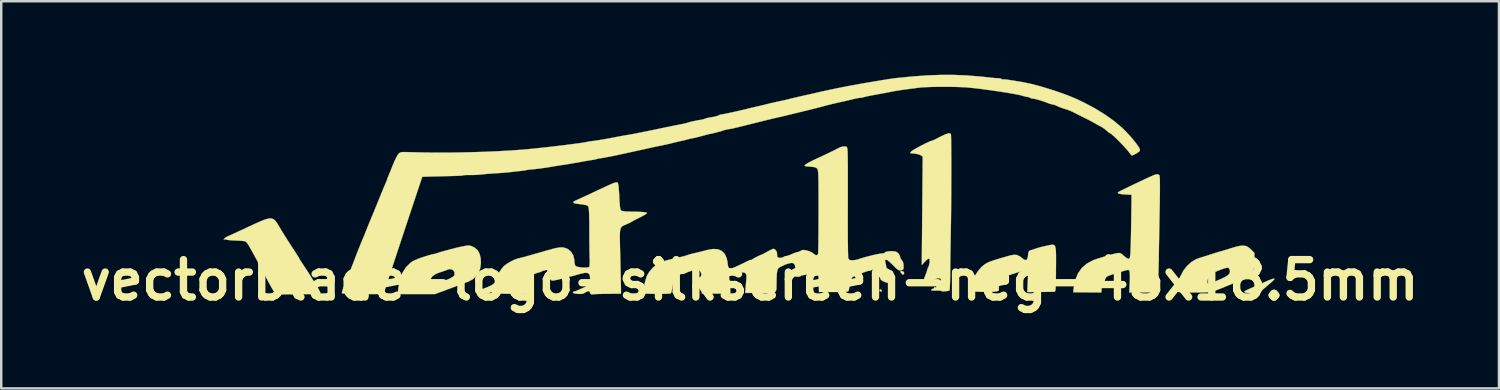
<source format=kicad_pcb>
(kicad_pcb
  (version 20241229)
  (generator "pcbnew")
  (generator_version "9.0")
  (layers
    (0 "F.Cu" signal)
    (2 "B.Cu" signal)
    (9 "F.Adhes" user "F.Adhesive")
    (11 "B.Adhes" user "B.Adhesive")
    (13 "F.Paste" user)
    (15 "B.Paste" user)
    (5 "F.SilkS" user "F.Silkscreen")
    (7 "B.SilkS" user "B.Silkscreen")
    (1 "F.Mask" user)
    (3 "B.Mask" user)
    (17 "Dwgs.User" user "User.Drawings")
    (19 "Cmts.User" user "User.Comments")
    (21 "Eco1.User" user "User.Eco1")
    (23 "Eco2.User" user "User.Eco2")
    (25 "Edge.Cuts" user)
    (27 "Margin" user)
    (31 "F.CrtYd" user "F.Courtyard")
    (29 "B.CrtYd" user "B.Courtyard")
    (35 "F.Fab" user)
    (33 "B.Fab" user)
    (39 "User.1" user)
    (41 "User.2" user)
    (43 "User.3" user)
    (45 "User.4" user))
  (footprint "vectorblade-logo-silkscreen-neg-45x18.5mm"
    (layer "F.Cu")
    (at 27.548 8.375)
    (property "Reference" "vectorblade-logo-silkscreen-neg-45x18.5mm" (at 0 0 0) (layer "F.SilkS") (effects (font (size 1.524 1.524) (thickness 0.3))))
    (attr through_hole)
    (fp_poly (pts (xy 5.342 0.387) (xy 5.375 0.431) (xy 5.36 0.465) (xy 5.335 0.471) (xy 5.289 0.444) (xy 5.282 0.418) (xy 5.301 0.381) (xy 5.342 0.387)) (stroke (width 0.01) (type solid)) (fill yes) (layer "F.SilkS"))
    (fp_poly (pts (xy 6.255 -0.346) (xy 6.287 -0.293) (xy 6.271 -0.236) (xy 6.268 -0.232) (xy 6.222 -0.228) (xy 6.179 -0.263) (xy 6.13 -0.328) (xy 6.137 -0.362) (xy 6.191 -0.37) (xy 6.255 -0.346)) (stroke (width 0.01) (type solid)) (fill yes) (layer "F.SilkS"))
    (fp_poly (pts (xy 21.394 -0.048) (xy 21.395 -0.044) (xy 21.37 -0.012) (xy 21.304 0.052) (xy 21.211 0.134) (xy 21.171 0.168) (xy 21.063 0.26) (xy 20.969 0.341) (xy 20.906 0.397) (xy 20.896 0.408) (xy 20.82 0.468) (xy 20.768 0.5) (xy 20.693 0.52) (xy 20.575 0.531) (xy 20.437 0.533) (xy 20.302 0.525) (xy 20.227 0.515) (xy 20.165 0.494) (xy 20.165 0.464) (xy 20.227 0.423) (xy 20.279 0.398) (xy 20.395 0.346) (xy 20.539 0.282) (xy 20.696 0.213) (xy 20.852 0.143) (xy 20.993 0.081) (xy 21.104 0.032) (xy 21.171 0.002) (xy 21.178 -0.000446) (xy 21.284 -0.04) (xy 21.361 -0.057) (xy 21.394 -0.048)) (stroke (width 0.01) (type solid)) (fill yes) (layer "F.SilkS"))
    (fp_poly (pts (xy -11.362 -1.387) (xy -11.233 -1.319) (xy -11.122 -1.224) (xy -11.106 -1.205) (xy -11.032 -1.067) (xy -10.99 -0.89) (xy -10.981 -0.693) (xy -11.005 -0.495) (xy -11.062 -0.317) (xy -11.072 -0.298) (xy -11.176 -0.152) (xy -11.324 -0.025) (xy -11.492 0.062) (xy -11.496 0.064) (xy -11.582 0.095) (xy -11.71 0.142) (xy -11.861 0.199) (xy -11.96 0.237) (xy -12.14 0.305) (xy -12.334 0.378) (xy -12.512 0.445) (xy -12.576 0.468) (xy -12.856 0.571) (xy -13.611 0.571) (xy -14.365 0.57) (xy -14.365 0.49) (xy -14.356 0.376) (xy -14.33 0.224) (xy -14.295 0.057) (xy -14.292 0.047) (xy -13.053 0.047) (xy -13.049 0.128) (xy -13.031 0.178) (xy -12.989 0.197) (xy -12.912 0.188) (xy -12.792 0.151) (xy -12.644 0.098) (xy -12.418 0.011) (xy -12.251 -0.062) (xy -12.139 -0.124) (xy -12.076 -0.178) (xy -12.059 -0.207) (xy -12.055 -0.311) (xy -12.102 -0.393) (xy -12.184 -0.442) (xy -12.287 -0.445) (xy -12.34 -0.426) (xy -12.421 -0.393) (xy -12.538 -0.352) (xy -12.645 -0.319) (xy -12.835 -0.244) (xy -12.967 -0.147) (xy -13.04 -0.033) (xy -13.053 0.047) (xy -14.292 0.047) (xy -14.254 -0.103) (xy -14.212 -0.232) (xy -14.19 -0.284) (xy -14.036 -0.526) (xy -13.848 -0.711) (xy -13.767 -0.766) (xy -13.665 -0.817) (xy -13.517 -0.877) (xy -13.343 -0.939) (xy -13.162 -0.996) (xy -12.994 -1.043) (xy -12.885 -1.066) (xy -12.79 -1.09) (xy -12.734 -1.109) (xy -12.658 -1.135) (xy -12.555 -1.166) (xy -12.532 -1.172) (xy -12.422 -1.202) (xy -12.285 -1.238) (xy -12.195 -1.263) (xy -12.005 -1.312) (xy -11.822 -1.354) (xy -11.662 -1.387) (xy -11.54 -1.408) (xy -11.482 -1.413) (xy -11.362 -1.387)) (stroke (width 0.01) (type solid)) (fill yes) (layer "F.SilkS"))
    (fp_poly (pts (xy -19.487 -2.506) (xy -19.414 -2.466) (xy -19.348 -2.398) (xy -19.281 -2.301) (xy -19.206 -2.177) (xy -19.192 -2.153) (xy -19.094 -1.99) (xy -18.979 -1.804) (xy -18.84 -1.586) (xy -18.672 -1.325) (xy -18.582 -1.188) (xy -18.506 -1.069) (xy -18.445 -0.972) (xy -18.409 -0.911) (xy -18.402 -0.897) (xy -18.385 -0.864) (xy -18.337 -0.789) (xy -18.269 -0.685) (xy -18.224 -0.618) (xy -18.122 -0.464) (xy -18.013 -0.296) (xy -17.919 -0.145) (xy -17.902 -0.118) (xy -17.811 0.031) (xy -17.711 0.193) (xy -17.626 0.329) (xy -17.555 0.453) (xy -17.526 0.527) (xy -17.536 0.555) (xy -17.58 0.559) (xy -17.681 0.564) (xy -17.826 0.568) (xy -18.005 0.572) (xy -18.207 0.576) (xy -18.42 0.579) (xy -18.633 0.581) (xy -18.834 0.583) (xy -19.013 0.583) (xy -19.159 0.583) (xy -19.26 0.581) (xy -19.3 0.578) (xy -19.333 0.568) (xy -19.367 0.54) (xy -19.41 0.488) (xy -19.463 0.406) (xy -19.533 0.285) (xy -19.624 0.119) (xy -19.74 -0.098) (xy -19.759 -0.135) (xy -19.89 -0.381) (xy -19.995 -0.579) (xy -20.08 -0.739) (xy -20.151 -0.872) (xy -20.214 -0.987) (xy -20.274 -1.096) (xy -20.337 -1.21) (xy -20.41 -1.339) (xy -20.428 -1.371) (xy -20.49 -1.471) (xy -20.55 -1.547) (xy -20.583 -1.576) (xy -20.641 -1.589) (xy -20.747 -1.601) (xy -20.883 -1.61) (xy -20.955 -1.612) (xy -21.102 -1.618) (xy -21.23 -1.628) (xy -21.319 -1.64) (xy -21.342 -1.646) (xy -21.421 -1.661) (xy -21.464 -1.656) (xy -21.475 -1.662) (xy -21.44 -1.699) (xy -21.425 -1.711) (xy -21.36 -1.76) (xy -21.319 -1.783) (xy -21.317 -1.783) (xy -21.283 -1.797) (xy -21.196 -1.835) (xy -21.064 -1.895) (xy -20.897 -1.972) (xy -20.702 -2.062) (xy -20.507 -2.153) (xy -20.229 -2.282) (xy -20.005 -2.384) (xy -19.826 -2.456) (xy -19.685 -2.501) (xy -19.575 -2.518) (xy -19.487 -2.506)) (stroke (width 0.01) (type solid)) (fill yes) (layer "F.SilkS"))
    (fp_poly (pts (xy 20.238 -1.386) (xy 20.333 -1.335) (xy 20.427 -1.254) (xy 20.434 -1.248) (xy 20.572 -1.109) (xy 20.572 -0.792) (xy 20.57 -0.641) (xy 20.563 -0.537) (xy 20.546 -0.463) (xy 20.514 -0.398) (xy 20.47 -0.331) (xy 20.376 -0.215) (xy 20.267 -0.122) (xy 20.126 -0.039) (xy 19.937 0.045) (xy 19.926 0.049) (xy 19.769 0.112) (xy 19.592 0.184) (xy 19.462 0.236) (xy 19.249 0.323) (xy 19.084 0.389) (xy 18.952 0.437) (xy 18.84 0.469) (xy 18.731 0.489) (xy 18.612 0.5) (xy 18.468 0.504) (xy 18.284 0.505) (xy 18.105 0.505) (xy 17.863 0.504) (xy 17.682 0.5) (xy 17.554 0.495) (xy 17.474 0.486) (xy 17.434 0.473) (xy 17.427 0.463) (xy 17.435 0.392) (xy 17.455 0.278) (xy 17.484 0.142) (xy 17.504 0.051) (xy 18.651 0.051) (xy 18.655 0.103) (xy 18.674 0.15) (xy 18.702 0.164) (xy 18.761 0.147) (xy 18.818 0.122) (xy 18.897 0.088) (xy 19.016 0.037) (xy 19.156 -0.023) (xy 19.214 -0.048) (xy 19.385 -0.13) (xy 19.498 -0.204) (xy 19.559 -0.28) (xy 19.575 -0.363) (xy 19.567 -0.418) (xy 19.528 -0.488) (xy 19.47 -0.505) (xy 19.398 -0.491) (xy 19.284 -0.456) (xy 19.149 -0.407) (xy 19.012 -0.351) (xy 18.892 -0.296) (xy 18.809 -0.25) (xy 18.793 -0.239) (xy 18.726 -0.157) (xy 18.675 -0.051) (xy 18.651 0.051) (xy 17.504 0.051) (xy 17.515 0.005) (xy 17.545 -0.11) (xy 17.564 -0.168) (xy 17.668 -0.376) (xy 17.817 -0.569) (xy 17.998 -0.733) (xy 18.197 -0.856) (xy 18.395 -0.924) (xy 18.45 -0.939) (xy 18.552 -0.97) (xy 18.686 -1.012) (xy 18.789 -1.046) (xy 18.933 -1.093) (xy 19.055 -1.131) (xy 19.139 -1.157) (xy 19.169 -1.164) (xy 19.216 -1.177) (xy 19.313 -1.206) (xy 19.447 -1.246) (xy 19.602 -1.295) (xy 19.605 -1.296) (xy 19.826 -1.361) (xy 19.996 -1.398) (xy 20.13 -1.406) (xy 20.238 -1.386)) (stroke (width 0.01) (type solid)) (fill yes) (layer "F.SilkS"))
    (fp_poly (pts (xy 12.412 -1.42) (xy 12.444 -1.373) (xy 12.464 -1.292) (xy 12.475 -1.17) (xy 12.48 -1.002) (xy 12.48 -0.781) (xy 12.478 -0.499) (xy 12.478 -0.45) (xy 12.476 -0.175) (xy 12.473 0.04) (xy 12.47 0.202) (xy 12.465 0.318) (xy 12.458 0.397) (xy 12.448 0.444) (xy 12.435 0.468) (xy 12.419 0.476) (xy 12.418 0.476) (xy 12.367 0.478) (xy 12.261 0.48) (xy 12.114 0.482) (xy 11.939 0.484) (xy 11.835 0.485) (xy 11.307 0.49) (xy 11.327 0.061) (xy 11.335 -0.117) (xy 11.337 -0.239) (xy 11.334 -0.317) (xy 11.323 -0.361) (xy 11.304 -0.384) (xy 11.289 -0.391) (xy 11.234 -0.39) (xy 11.13 -0.37) (xy 10.994 -0.335) (xy 10.838 -0.29) (xy 10.68 -0.239) (xy 10.532 -0.188) (xy 10.41 -0.139) (xy 10.33 -0.099) (xy 10.322 -0.095) (xy 10.256 -0.019) (xy 10.197 0.096) (xy 10.157 0.224) (xy 10.145 0.337) (xy 10.15 0.371) (xy 10.15 0.412) (xy 10.118 0.443) (xy 10.05 0.464) (xy 9.938 0.477) (xy 9.777 0.483) (xy 9.558 0.482) (xy 9.395 0.478) (xy 9.222 0.473) (xy 9.108 0.464) (xy 9.043 0.442) (xy 9.018 0.4) (xy 9.026 0.33) (xy 9.056 0.224) (xy 9.067 0.188) (xy 9.093 0.091) (xy 9.103 0.024) (xy 9.101 0.006) (xy 9.103 -0.035) (xy 9.138 -0.115) (xy 9.197 -0.217) (xy 9.271 -0.329) (xy 9.351 -0.435) (xy 9.427 -0.521) (xy 9.451 -0.544) (xy 9.519 -0.601) (xy 9.583 -0.65) (xy 9.654 -0.693) (xy 9.74 -0.734) (xy 9.849 -0.776) (xy 9.991 -0.823) (xy 10.174 -0.879) (xy 10.406 -0.946) (xy 10.599 -1.001) (xy 10.761 -1.033) (xy 10.889 -1.023) (xy 11.007 -0.966) (xy 11.084 -0.905) (xy 11.186 -0.83) (xy 11.259 -0.814) (xy 11.306 -0.859) (xy 11.333 -0.968) (xy 11.337 -1.007) (xy 11.349 -1.112) (xy 11.371 -1.171) (xy 11.416 -1.205) (xy 11.502 -1.235) (xy 11.506 -1.236) (xy 11.623 -1.274) (xy 11.731 -1.309) (xy 11.758 -1.318) (xy 11.84 -1.341) (xy 11.964 -1.371) (xy 12.103 -1.402) (xy 12.118 -1.405) (xy 12.221 -1.427) (xy 12.303 -1.441) (xy 12.366 -1.441) (xy 12.412 -1.42)) (stroke (width 0.01) (type solid)) (fill yes) (layer "F.SilkS"))
    (fp_poly (pts (xy 16.691 -4.284) (xy 16.702 -4.254) (xy 16.71 -4.188) (xy 16.715 -4.083) (xy 16.718 -3.932) (xy 16.718 -3.732) (xy 16.716 -3.477) (xy 16.712 -3.161) (xy 16.709 -3.001) (xy 16.702 -2.654) (xy 16.696 -2.27) (xy 16.688 -1.87) (xy 16.681 -1.473) (xy 16.675 -1.098) (xy 16.669 -0.764) (xy 16.667 -0.673) (xy 16.662 -0.407) (xy 16.657 -0.162) (xy 16.651 0.054) (xy 16.646 0.233) (xy 16.641 0.366) (xy 16.637 0.445) (xy 16.635 0.463) (xy 16.611 0.479) (xy 16.548 0.491) (xy 16.439 0.499) (xy 16.276 0.503) (xy 16.053 0.505) (xy 16.044 0.505) (xy 15.467 0.505) (xy 15.487 0.097) (xy 15.493 -0.086) (xy 15.492 -0.235) (xy 15.484 -0.336) (xy 15.475 -0.372) (xy 15.448 -0.408) (xy 15.407 -0.416) (xy 15.33 -0.399) (xy 15.299 -0.389) (xy 15.194 -0.357) (xy 15.054 -0.315) (xy 14.909 -0.271) (xy 14.904 -0.27) (xy 14.77 -0.227) (xy 14.651 -0.185) (xy 14.571 -0.153) (xy 14.565 -0.15) (xy 14.469 -0.064) (xy 14.397 0.078) (xy 14.352 0.27) (xy 14.347 0.311) (xy 14.327 0.505) (xy 13.181 0.498) (xy 13.203 0.308) (xy 13.267 -0.009) (xy 13.377 -0.277) (xy 13.536 -0.5) (xy 13.745 -0.679) (xy 14.006 -0.816) (xy 14.178 -0.875) (xy 14.336 -0.922) (xy 14.505 -0.974) (xy 14.625 -1.01) (xy 14.761 -1.049) (xy 14.895 -1.082) (xy 14.972 -1.097) (xy 15.06 -1.106) (xy 15.124 -1.09) (xy 15.192 -1.04) (xy 15.234 -1) (xy 15.319 -0.928) (xy 15.396 -0.879) (xy 15.425 -0.869) (xy 15.461 -0.87) (xy 15.484 -0.896) (xy 15.499 -0.961) (xy 15.512 -1.078) (xy 15.513 -1.093) (xy 15.519 -1.186) (xy 15.524 -1.335) (xy 15.53 -1.531) (xy 15.536 -1.763) (xy 15.541 -2.02) (xy 15.545 -2.292) (xy 15.547 -2.405) (xy 15.56 -3.481) (xy 15.307 -3.492) (xy 15.153 -3.505) (xy 15.049 -3.526) (xy 15.001 -3.554) (xy 15.007 -3.58) (xy 15.047 -3.604) (xy 15.138 -3.652) (xy 15.27 -3.718) (xy 15.431 -3.797) (xy 15.612 -3.884) (xy 15.801 -3.974) (xy 15.99 -4.063) (xy 16.166 -4.145) (xy 16.32 -4.215) (xy 16.442 -4.269) (xy 16.52 -4.301) (xy 16.54 -4.307) (xy 16.635 -4.315) (xy 16.691 -4.284)) (stroke (width 0.01) (type solid)) (fill yes) (layer "F.SilkS"))
    (fp_poly (pts (xy 8.172 -5.976) (xy 8.191 -5.956) (xy 8.195 -5.916) (xy 8.199 -5.816) (xy 8.202 -5.662) (xy 8.205 -5.461) (xy 8.206 -5.22) (xy 8.208 -4.947) (xy 8.208 -4.647) (xy 8.208 -4.328) (xy 8.207 -3.996) (xy 8.206 -3.659) (xy 8.204 -3.324) (xy 8.202 -2.996) (xy 8.198 -2.684) (xy 8.195 -2.393) (xy 8.19 -2.131) (xy 8.189 -2.052) (xy 8.183 -1.756) (xy 8.178 -1.423) (xy 8.172 -1.08) (xy 8.168 -0.75) (xy 8.165 -0.457) (xy 8.165 -0.398) (xy 8.162 -0.173) (xy 8.158 0.029) (xy 8.152 0.199) (xy 8.146 0.327) (xy 8.14 0.404) (xy 8.136 0.421) (xy 8.091 0.439) (xy 8.012 0.452) (xy 7.922 0.46) (xy 7.845 0.46) (xy 7.806 0.45) (xy 7.805 0.446) (xy 7.774 0.434) (xy 7.694 0.427) (xy 7.583 0.427) (xy 7.466 0.429) (xy 7.405 0.424) (xy 7.389 0.408) (xy 7.402 0.386) (xy 7.449 0.354) (xy 7.472 0.356) (xy 7.498 0.346) (xy 7.502 0.323) (xy 7.523 0.287) (xy 7.561 0.292) (xy 7.598 0.298) (xy 7.594 0.285) (xy 7.601 0.247) (xy 7.646 0.181) (xy 7.692 0.13) (xy 7.763 0.052) (xy 7.79 0.002) (xy 7.781 -0.037) (xy 7.772 -0.05) (xy 7.722 -0.076) (xy 7.638 -0.07) (xy 7.514 -0.032) (xy 7.344 0.042) (xy 7.195 0.115) (xy 7.113 0.147) (xy 7.068 0.136) (xy 7.061 0.078) (xy 7.089 -0.031) (xy 7.131 -0.143) (xy 7.179 -0.268) (xy 7.215 -0.372) (xy 7.232 -0.436) (xy 7.233 -0.445) (xy 7.255 -0.51) (xy 7.266 -0.524) (xy 7.291 -0.576) (xy 7.313 -0.667) (xy 7.321 -0.716) (xy 7.327 -0.824) (xy 7.304 -0.873) (xy 7.251 -0.862) (xy 7.168 -0.792) (xy 7.122 -0.743) (xy 7.003 -0.612) (xy 7.022 -2.825) (xy 7.041 -5.039) (xy 6.959 -5.092) (xy 6.876 -5.127) (xy 6.762 -5.153) (xy 6.71 -5.16) (xy 6.612 -5.169) (xy 6.545 -5.175) (xy 6.53 -5.178) (xy 6.539 -5.201) (xy 6.58 -5.252) (xy 6.63 -5.289) (xy 6.725 -5.347) (xy 6.849 -5.416) (xy 6.99 -5.491) (xy 7.131 -5.563) (xy 7.259 -5.624) (xy 7.358 -5.667) (xy 7.416 -5.686) (xy 7.418 -5.686) (xy 7.469 -5.701) (xy 7.546 -5.737) (xy 7.553 -5.74) (xy 7.763 -5.851) (xy 7.924 -5.927) (xy 8.041 -5.972) (xy 8.121 -5.988) (xy 8.172 -5.976)) (stroke (width 0.01) (type solid)) (fill yes) (layer "F.SilkS"))
    (fp_poly (pts (xy -5.415 -3.981) (xy -5.398 -3.963) (xy -5.387 -3.942) (xy -5.375 -3.889) (xy -5.362 -3.783) (xy -5.35 -3.637) (xy -5.338 -3.464) (xy -5.334 -3.381) (xy -5.324 -3.177) (xy -5.312 -3.031) (xy -5.299 -2.933) (xy -5.282 -2.872) (xy -5.261 -2.838) (xy -5.256 -2.834) (xy -5.189 -2.812) (xy -5.057 -2.798) (xy -4.863 -2.792) (xy -4.843 -2.792) (xy -4.675 -2.79) (xy -4.514 -2.785) (xy -4.384 -2.777) (xy -4.329 -2.771) (xy -4.236 -2.757) (xy -4.202 -2.743) (xy -4.215 -2.72) (xy -4.248 -2.694) (xy -4.315 -2.652) (xy -4.421 -2.594) (xy -4.545 -2.531) (xy -4.559 -2.524) (xy -4.672 -2.468) (xy -4.761 -2.422) (xy -4.808 -2.394) (xy -4.811 -2.391) (xy -4.848 -2.368) (xy -4.929 -2.327) (xy -5.013 -2.289) (xy -5.097 -2.253) (xy -5.165 -2.223) (xy -5.218 -2.192) (xy -5.257 -2.152) (xy -5.284 -2.095) (xy -5.302 -2.016) (xy -5.311 -1.905) (xy -5.314 -1.756) (xy -5.311 -1.562) (xy -5.305 -1.314) (xy -5.298 -1.026) (xy -5.291 -0.75) (xy -5.285 -0.483) (xy -5.279 -0.237) (xy -5.275 -0.023) (xy -5.271 0.151) (xy -5.269 0.271) (xy -5.268 0.303) (xy -5.265 0.555) (xy -5.813 0.56) (xy -6 0.563) (xy -6.165 0.567) (xy -6.295 0.572) (xy -6.379 0.577) (xy -6.402 0.581) (xy -6.47 0.585) (xy -6.485 0.581) (xy -6.523 0.539) (xy -6.527 0.518) (xy -6.55 0.463) (xy -6.611 0.453) (xy -6.696 0.487) (xy -6.72 0.504) (xy -6.795 0.547) (xy -6.882 0.566) (xy -7.007 0.566) (xy -7.014 0.565) (xy -7.135 0.552) (xy -7.209 0.529) (xy -7.225 0.513) (xy -7.215 0.475) (xy -7.199 0.471) (xy -7.143 0.458) (xy -7.06 0.427) (xy -7.053 0.424) (xy -6.961 0.383) (xy -6.841 0.331) (xy -6.767 0.298) (xy -6.638 0.23) (xy -6.564 0.149) (xy -6.531 0.039) (xy -6.527 -0.055) (xy -6.536 -0.175) (xy -6.571 -0.253) (xy -6.638 -0.292) (xy -6.746 -0.294) (xy -6.902 -0.262) (xy -7.011 -0.231) (xy -7.135 -0.195) (xy -7.237 -0.168) (xy -7.298 -0.155) (xy -7.3 -0.154) (xy -7.364 -0.141) (xy -7.456 -0.113) (xy -7.479 -0.105) (xy -7.565 -0.082) (xy -7.62 -0.077) (xy -7.628 -0.08) (xy -7.667 -0.081) (xy -7.686 -0.069) (xy -7.743 -0.042) (xy -7.832 -0.019) (xy -7.84 -0.017) (xy -7.938 0.002) (xy -8.015 0.02) (xy -8.017 0.021) (xy -8.096 0.017) (xy -8.151 -0.043) (xy -8.175 -0.153) (xy -8.175 -0.172) (xy -8.192 -0.279) (xy -8.233 -0.364) (xy -8.29 -0.412) (xy -8.349 -0.411) (xy -8.362 -0.402) (xy -8.402 -0.38) (xy -8.411 -0.387) (xy -8.434 -0.389) (xy -8.487 -0.361) (xy -8.571 -0.323) (xy -8.68 -0.292) (xy -8.698 -0.289) (xy -8.81 -0.247) (xy -8.896 -0.162) (xy -8.958 -0.028) (xy -8.996 0.159) (xy -9.014 0.404) (xy -9.016 0.494) (xy -9.017 0.518) (xy -9.028 0.536) (xy -9.055 0.549) (xy -9.109 0.557) (xy -9.196 0.562) (xy -9.326 0.563) (xy -9.508 0.563) (xy -9.718 0.561) (xy -9.979 0.557) (xy -10.178 0.552) (xy -10.322 0.543) (xy -10.416 0.531) (xy -10.465 0.516) (xy -10.47 0.512) (xy -10.53 0.489) (xy -10.594 0.497) (xy -10.63 0.53) (xy -10.631 0.539) (xy -10.661 0.554) (xy -10.739 0.562) (xy -10.847 0.563) (xy -10.965 0.558) (xy -11.075 0.547) (xy -11.157 0.533) (xy -11.194 0.515) (xy -11.194 0.514) (xy -11.176 0.478) (xy -11.113 0.451) (xy -11.016 0.42) (xy -10.951 0.389) (xy -10.881 0.354) (xy -10.776 0.311) (xy -10.703 0.284) (xy -10.552 0.215) (xy -10.438 0.132) (xy -10.373 0.044) (xy -10.362 -0.006) (xy -10.342 -0.094) (xy -10.289 -0.214) (xy -10.214 -0.346) (xy -10.129 -0.47) (xy -10.044 -0.568) (xy -10.034 -0.577) (xy -9.913 -0.669) (xy -9.762 -0.759) (xy -9.607 -0.834) (xy -9.472 -0.881) (xy -9.454 -0.885) (xy -9.379 -0.902) (xy -9.251 -0.936) (xy -9.081 -0.982) (xy -8.881 -1.038) (xy -8.661 -1.101) (xy -8.495 -1.149) (xy -8.248 -1.22) (xy -8.056 -1.272) (xy -7.908 -1.307) (xy -7.795 -1.327) (xy -7.707 -1.335) (xy -7.634 -1.332) (xy -7.613 -1.33) (xy -7.445 -1.273) (xy -7.309 -1.163) (xy -7.215 -1.012) (xy -7.169 -0.829) (xy -7.166 -0.764) (xy -7.153 -0.647) (xy -7.118 -0.575) (xy -7.115 -0.572) (xy -7.052 -0.544) (xy -6.95 -0.524) (xy -6.829 -0.511) (xy -6.711 -0.509) (xy -6.615 -0.516) (xy -6.562 -0.536) (xy -6.56 -0.539) (xy -6.549 -0.59) (xy -6.543 -0.691) (xy -6.543 -0.823) (xy -6.545 -0.888) (xy -6.549 -1.008) (xy -6.552 -1.182) (xy -6.555 -1.397) (xy -6.557 -1.638) (xy -6.558 -1.893) (xy -6.559 -2.071) (xy -6.56 -2.362) (xy -6.564 -2.592) (xy -6.569 -2.766) (xy -6.578 -2.889) (xy -6.589 -2.967) (xy -6.602 -3.005) (xy -6.63 -3.032) (xy -6.676 -3.053) (xy -6.753 -3.072) (xy -6.871 -3.089) (xy -7.044 -3.11) (xy -7.061 -3.111) (xy -7.169 -3.133) (xy -7.213 -3.166) (xy -7.191 -3.206) (xy -7.113 -3.248) (xy -7.04 -3.28) (xy -6.919 -3.335) (xy -6.762 -3.407) (xy -6.582 -3.49) (xy -6.409 -3.572) (xy -6.14 -3.698) (xy -5.925 -3.799) (xy -5.758 -3.875) (xy -5.633 -3.93) (xy -5.542 -3.966) (xy -5.48 -3.985) (xy -5.44 -3.989) (xy -5.415 -3.981)) (stroke (width 0.01) (type solid)) (fill yes) (layer "F.SilkS"))
    (fp_poly (pts (xy 3.913 -5.447) (xy 3.949 -5.426) (xy 3.966 -5.371) (xy 3.977 -5.273) (xy 3.98 -5.209) (xy 3.982 -5.083) (xy 3.984 -4.903) (xy 3.986 -4.674) (xy 3.987 -4.405) (xy 3.987 -4.1) (xy 3.987 -3.766) (xy 3.987 -3.409) (xy 3.986 -3.037) (xy 3.986 -3.028) (xy 3.985 -2.659) (xy 3.985 -2.309) (xy 3.986 -1.983) (xy 3.987 -1.688) (xy 3.99 -1.43) (xy 3.993 -1.214) (xy 3.997 -1.048) (xy 4.001 -0.936) (xy 4.006 -0.884) (xy 4.007 -0.883) (xy 4.041 -0.832) (xy 4.104 -0.81) (xy 4.169 -0.807) (xy 4.283 -0.817) (xy 4.387 -0.84) (xy 4.397 -0.843) (xy 4.511 -0.882) (xy 4.662 -0.927) (xy 4.832 -0.972) (xy 5.004 -1.015) (xy 5.16 -1.05) (xy 5.285 -1.074) (xy 5.358 -1.083) (xy 5.439 -1.09) (xy 5.482 -1.106) (xy 5.484 -1.11) (xy 5.515 -1.143) (xy 5.599 -1.166) (xy 5.723 -1.178) (xy 5.803 -1.179) (xy 5.92 -1.168) (xy 5.997 -1.135) (xy 6.047 -1.09) (xy 6.1 -1.011) (xy 6.123 -0.939) (xy 6.123 -0.937) (xy 6.147 -0.863) (xy 6.188 -0.813) (xy 6.238 -0.739) (xy 6.261 -0.621) (xy 6.261 -0.483) (xy 6.238 -0.426) (xy 6.167 -0.398) (xy 6.155 -0.396) (xy 6.101 -0.394) (xy 6.05 -0.411) (xy 5.987 -0.456) (xy 5.917 -0.521) (xy 6.123 -0.521) (xy 6.14 -0.505) (xy 6.157 -0.521) (xy 6.14 -0.538) (xy 6.123 -0.521) (xy 5.917 -0.521) (xy 5.901 -0.536) (xy 5.821 -0.616) (xy 5.694 -0.739) (xy 5.603 -0.811) (xy 5.546 -0.832) (xy 5.538 -0.83) (xy 5.503 -0.801) (xy 5.51 -0.744) (xy 5.518 -0.722) (xy 5.543 -0.626) (xy 5.551 -0.557) (xy 5.572 -0.477) (xy 5.601 -0.437) (xy 5.644 -0.375) (xy 5.652 -0.339) (xy 5.667 -0.276) (xy 5.703 -0.184) (xy 5.718 -0.153) (xy 5.762 -0.033) (xy 5.765 0.059) (xy 5.743 0.113) (xy 5.699 0.128) (xy 5.628 0.119) (xy 5.514 0.085) (xy 5.407 0.038) (xy 5.332 -0.018) (xy 5.3 -0.092) (xy 5.293 -0.15) (xy 5.261 -0.275) (xy 5.192 -0.37) (xy 5.099 -0.425) (xy 4.997 -0.43) (xy 4.92 -0.393) (xy 4.884 -0.376) (xy 4.878 -0.381) (xy 4.85 -0.382) (xy 4.774 -0.361) (xy 4.667 -0.325) (xy 4.542 -0.28) (xy 4.414 -0.231) (xy 4.3 -0.183) (xy 4.212 -0.142) (xy 4.169 -0.115) (xy 4.131 -0.052) (xy 4.094 0.059) (xy 4.072 0.162) (xy 4.051 0.284) (xy 4.031 0.384) (xy 4.019 0.437) (xy 4.004 0.456) (xy 3.967 0.469) (xy 3.897 0.478) (xy 3.787 0.484) (xy 3.628 0.486) (xy 3.41 0.487) (xy 3.407 0.487) (xy 2.809 0.486) (xy 2.8 0.095) (xy 2.794 -0.089) (xy 2.781 -0.214) (xy 2.753 -0.287) (xy 2.704 -0.318) (xy 2.624 -0.314) (xy 2.506 -0.282) (xy 2.454 -0.266) (xy 2.332 -0.232) (xy 2.226 -0.209) (xy 2.169 -0.202) (xy 2.099 -0.189) (xy 2.069 -0.168) (xy 2.024 -0.144) (xy 1.949 -0.135) (xy 1.85 -0.135) (xy 1.85 -0.355) (xy 1.844 -0.519) (xy 1.823 -0.624) (xy 1.78 -0.681) (xy 1.71 -0.699) (xy 1.648 -0.694) (xy 1.534 -0.667) (xy 1.43 -0.63) (xy 1.424 -0.627) (xy 1.32 -0.577) (xy 1.228 -0.533) (xy 1.173 -0.5) (xy 1.134 -0.452) (xy 1.108 -0.379) (xy 1.092 -0.27) (xy 1.083 -0.114) (xy 1.08 0.05) (xy 1.079 0.216) (xy 1.076 0.338) (xy 1.062 0.424) (xy 1.028 0.48) (xy 0.965 0.512) (xy 0.865 0.526) (xy 0.719 0.529) (xy 0.518 0.528) (xy 0.419 0.527) (xy -0.199 0.524) (xy -0.183 0.321) (xy -0.171 0.174) (xy -0.158 0.022) (xy -0.151 -0.05) (xy -0.147 -0.182) (xy -0.171 -0.262) (xy -0.233 -0.303) (xy -0.346 -0.32) (xy -0.372 -0.322) (xy -0.509 -0.331) (xy -0.646 -0.346) (xy -0.691 -0.352) (xy -0.781 -0.361) (xy -0.827 -0.35) (xy -0.849 -0.308) (xy -0.853 -0.292) (xy -0.859 -0.218) (xy -0.855 -0.103) (xy -0.843 0.03) (xy -0.842 0.038) (xy -0.825 0.183) (xy -0.813 0.321) (xy -0.808 0.421) (xy -0.807 0.555) (xy -1.388 0.552) (xy -1.968 0.548) (xy -1.968 0.148) (xy -1.972 -0.06) (xy -1.984 -0.211) (xy -2.009 -0.314) (xy -2.048 -0.378) (xy -2.103 -0.413) (xy -2.129 -0.42) (xy -2.185 -0.43) (xy -2.24 -0.427) (xy -2.312 -0.409) (xy -2.421 -0.37) (xy -2.481 -0.348) (xy -2.539 -0.327) (xy -2.557 -0.321) (xy -2.596 -0.304) (xy -2.65 -0.275) (xy -2.719 -0.25) (xy -2.758 -0.252) (xy -2.81 -0.251) (xy -2.892 -0.218) (xy -2.981 -0.166) (xy -3.056 -0.107) (xy -3.088 -0.069) (xy -3.113 -0.002) (xy -3.139 0.11) (xy -3.161 0.243) (xy -3.163 0.26) (xy -3.184 0.386) (xy -3.209 0.485) (xy -3.233 0.539) (xy -3.237 0.543) (xy -3.284 0.551) (xy -3.383 0.557) (xy -3.521 0.561) (xy -3.682 0.563) (xy -3.853 0.562) (xy -4.018 0.56) (xy -4.163 0.555) (xy -4.273 0.548) (xy -4.335 0.54) (xy -4.341 0.538) (xy -4.352 0.495) (xy -4.347 0.404) (xy -4.329 0.281) (xy -4.301 0.141) (xy -4.265 -0.000205) (xy -4.225 -0.126) (xy -4.202 -0.185) (xy -4.106 -0.346) (xy -3.969 -0.505) (xy -3.814 -0.638) (xy -3.714 -0.699) (xy -3.606 -0.743) (xy -3.442 -0.794) (xy -3.218 -0.853) (xy -2.931 -0.92) (xy -2.809 -0.947) (xy -2.697 -0.974) (xy -2.604 -1.002) (xy -2.574 -1.013) (xy -2.519 -1.033) (xy -2.436 -1.057) (xy -2.313 -1.088) (xy -2.139 -1.129) (xy -2.069 -1.145) (xy -1.941 -1.177) (xy -1.81 -1.212) (xy -1.8 -1.215) (xy -1.681 -1.242) (xy -1.542 -1.263) (xy -1.495 -1.269) (xy -1.308 -1.257) (xy -1.153 -1.187) (xy -1.033 -1.064) (xy -0.953 -0.891) (xy -0.922 -0.738) (xy -0.904 -0.602) (xy -0.88 -0.515) (xy -0.839 -0.472) (xy -0.771 -0.471) (xy -0.664 -0.507) (xy -0.51 -0.577) (xy -0.486 -0.588) (xy -0.339 -0.658) (xy -0.206 -0.722) (xy -0.104 -0.772) (xy -0.059 -0.795) (xy 0.005 -0.822) (xy 0.034 -0.819) (xy 0.034 -0.818) (xy 0.049 -0.813) (xy 0.059 -0.826) (xy 0.097 -0.853) (xy 0.176 -0.898) (xy 0.275 -0.95) (xy 0.374 -0.998) (xy 0.452 -1.033) (xy 0.486 -1.043) (xy 0.519 -1.058) (xy 0.595 -1.099) (xy 0.697 -1.155) (xy 0.706 -1.161) (xy 0.816 -1.219) (xy 0.905 -1.261) (xy 0.957 -1.278) (xy 0.958 -1.278) (xy 1.018 -1.251) (xy 1.072 -1.185) (xy 1.097 -1.113) (xy 1.102 -1.036) (xy 1.105 -0.984) (xy 1.12 -0.932) (xy 1.17 -0.911) (xy 1.226 -0.908) (xy 1.31 -0.917) (xy 1.36 -0.939) (xy 1.363 -0.942) (xy 1.41 -0.97) (xy 1.451 -0.976) (xy 1.517 -0.989) (xy 1.618 -1.024) (xy 1.702 -1.06) (xy 1.809 -1.105) (xy 1.897 -1.136) (xy 1.937 -1.144) (xy 2.002 -1.161) (xy 2.065 -1.195) (xy 2.122 -1.223) (xy 2.189 -1.229) (xy 2.288 -1.212) (xy 2.322 -1.205) (xy 2.439 -1.167) (xy 2.54 -1.115) (xy 2.578 -1.086) (xy 2.663 -1.023) (xy 2.731 -1.016) (xy 2.772 -1.062) (xy 2.776 -1.106) (xy 2.78 -1.21) (xy 2.783 -1.368) (xy 2.786 -1.573) (xy 2.789 -1.819) (xy 2.79 -2.099) (xy 2.792 -2.407) (xy 2.792 -2.736) (xy 2.792 -2.807) (xy 2.792 -3.188) (xy 2.792 -3.507) (xy 2.791 -3.771) (xy 2.789 -3.984) (xy 2.787 -4.152) (xy 2.783 -4.282) (xy 2.778 -4.378) (xy 2.771 -4.447) (xy 2.762 -4.494) (xy 2.752 -4.524) (xy 2.739 -4.544) (xy 2.728 -4.556) (xy 2.687 -4.585) (xy 2.63 -4.605) (xy 2.543 -4.619) (xy 2.411 -4.631) (xy 2.296 -4.638) (xy 2.236 -4.651) (xy 2.228 -4.679) (xy 2.276 -4.725) (xy 2.38 -4.789) (xy 2.543 -4.873) (xy 2.767 -4.979) (xy 2.843 -5.013) (xy 2.971 -5.073) (xy 3.128 -5.147) (xy 3.289 -5.225) (xy 3.433 -5.296) (xy 3.524 -5.343) (xy 3.638 -5.401) (xy 3.716 -5.433) (xy 3.78 -5.447) (xy 3.847 -5.45) (xy 3.913 -5.447)) (stroke (width 0.01) (type solid)) (fill yes) (layer "F.SilkS"))
    (fp_poly (pts (xy 8.311 -8.37) (xy 8.838 -8.348) (xy 9.374 -8.306) (xy 9.739 -8.267) (xy 9.889 -8.25) (xy 10.018 -8.239) (xy 10.11 -8.234) (xy 10.139 -8.235) (xy 10.216 -8.224) (xy 10.247 -8.206) (xy 10.299 -8.183) (xy 10.318 -8.186) (xy 10.35 -8.189) (xy 10.422 -8.184) (xy 10.541 -8.168) (xy 10.711 -8.142) (xy 10.939 -8.105) (xy 11.119 -8.075) (xy 11.441 -8.009) (xy 11.815 -7.912) (xy 12.232 -7.786) (xy 12.465 -7.71) (xy 12.746 -7.613) (xy 12.983 -7.525) (xy 13.198 -7.437) (xy 13.413 -7.341) (xy 13.608 -7.248) (xy 14.056 -7.011) (xy 14.472 -6.756) (xy 14.848 -6.488) (xy 15.173 -6.215) (xy 15.318 -6.073) (xy 15.468 -5.912) (xy 15.608 -5.752) (xy 15.729 -5.603) (xy 15.823 -5.475) (xy 15.882 -5.378) (xy 15.897 -5.34) (xy 15.902 -5.287) (xy 15.876 -5.244) (xy 15.807 -5.196) (xy 15.76 -5.168) (xy 15.667 -5.119) (xy 15.599 -5.087) (xy 15.578 -5.08) (xy 15.546 -5.105) (xy 15.492 -5.169) (xy 15.451 -5.223) (xy 15.384 -5.307) (xy 15.289 -5.414) (xy 15.176 -5.534) (xy 15.056 -5.658) (xy 14.937 -5.775) (xy 14.83 -5.875) (xy 14.746 -5.949) (xy 14.694 -5.986) (xy 14.685 -5.988) (xy 14.648 -6.009) (xy 14.579 -6.063) (xy 14.527 -6.108) (xy 14.432 -6.185) (xy 14.341 -6.247) (xy 14.305 -6.266) (xy 14.216 -6.31) (xy 14.112 -6.368) (xy 14.09 -6.381) (xy 14.009 -6.428) (xy 13.885 -6.494) (xy 13.738 -6.57) (xy 13.619 -6.63) (xy 13.466 -6.706) (xy 13.322 -6.778) (xy 13.206 -6.837) (xy 13.147 -6.868) (xy 13.038 -6.916) (xy 12.904 -6.963) (xy 12.844 -6.981) (xy 12.712 -7.023) (xy 12.581 -7.074) (xy 12.533 -7.097) (xy 12.438 -7.14) (xy 12.359 -7.164) (xy 12.341 -7.166) (xy 12.27 -7.178) (xy 12.178 -7.209) (xy 12.171 -7.212) (xy 12.021 -7.269) (xy 11.862 -7.323) (xy 11.714 -7.366) (xy 11.594 -7.394) (xy 11.533 -7.401) (xy 11.458 -7.413) (xy 11.422 -7.435) (xy 11.375 -7.462) (xy 11.327 -7.469) (xy 11.25 -7.48) (xy 11.145 -7.508) (xy 11.108 -7.52) (xy 11.018 -7.544) (xy 10.873 -7.574) (xy 10.681 -7.609) (xy 10.456 -7.647) (xy 10.206 -7.686) (xy 9.944 -7.725) (xy 9.679 -7.762) (xy 9.423 -7.796) (xy 9.186 -7.824) (xy 8.979 -7.847) (xy 8.814 -7.861) (xy 8.797 -7.862) (xy 8.548 -7.874) (xy 8.272 -7.882) (xy 7.983 -7.885) (xy 7.694 -7.884) (xy 7.421 -7.879) (xy 7.176 -7.87) (xy 6.974 -7.857) (xy 6.852 -7.844) (xy 6.675 -7.82) (xy 6.475 -7.794) (xy 6.293 -7.771) (xy 6.291 -7.77) (xy 6.123 -7.747) (xy 5.946 -7.718) (xy 5.798 -7.691) (xy 5.786 -7.688) (xy 5.664 -7.664) (xy 5.499 -7.632) (xy 5.312 -7.598) (xy 5.147 -7.568) (xy 4.98 -7.537) (xy 4.831 -7.508) (xy 4.716 -7.483) (xy 4.651 -7.465) (xy 4.649 -7.465) (xy 4.555 -7.44) (xy 4.497 -7.435) (xy 4.422 -7.427) (xy 4.312 -7.406) (xy 4.238 -7.389) (xy 4.108 -7.358) (xy 3.948 -7.32) (xy 3.802 -7.287) (xy 3.587 -7.239) (xy 3.422 -7.201) (xy 3.292 -7.17) (xy 3.18 -7.142) (xy 3.07 -7.114) (xy 3.061 -7.111) (xy 2.732 -7.024) (xy 2.49 -6.963) (xy 2.138 -6.877) (xy 1.835 -6.803) (xy 1.584 -6.742) (xy 1.387 -6.694) (xy 1.249 -6.661) (xy 1.171 -6.644) (xy 1.161 -6.641) (xy 1.093 -6.626) (xy 0.971 -6.598) (xy 0.805 -6.558) (xy 0.606 -6.509) (xy 0.384 -6.454) (xy 0.15 -6.396) (xy -0.085 -6.338) (xy -0.219 -6.304) (xy -0.393 -6.26) (xy -0.547 -6.223) (xy -0.669 -6.194) (xy -0.744 -6.177) (xy -0.757 -6.175) (xy -0.888 -6.153) (xy -1.008 -6.129) (xy -1.096 -6.106) (xy -1.127 -6.094) (xy -1.187 -6.07) (xy -1.194 -6.069) (xy -1.245 -6.057) (xy -1.334 -6.034) (xy -1.379 -6.021) (xy -1.486 -5.994) (xy -1.575 -5.974) (xy -1.598 -5.97) (xy -1.666 -5.956) (xy -1.772 -5.93) (xy -1.867 -5.904) (xy -2.101 -5.841) (xy -2.314 -5.792) (xy -2.422 -5.77) (xy -2.517 -5.749) (xy -2.587 -5.729) (xy -2.59 -5.728) (xy -2.667 -5.706) (xy -2.708 -5.698) (xy -2.789 -5.681) (xy -2.921 -5.651) (xy -3.11 -5.606) (xy -3.263 -5.567) (xy -3.408 -5.534) (xy -3.57 -5.499) (xy -3.65 -5.482) (xy -3.782 -5.456) (xy -3.907 -5.43) (xy -3.97 -5.416) (xy -4.051 -5.398) (xy -4.182 -5.369) (xy -4.348 -5.332) (xy -4.534 -5.291) (xy -4.724 -5.25) (xy -4.903 -5.211) (xy -5.055 -5.178) (xy -5.063 -5.177) (xy -5.195 -5.148) (xy -5.326 -5.119) (xy -5.366 -5.11) (xy -5.483 -5.085) (xy -5.633 -5.055) (xy -5.796 -5.023) (xy -5.95 -4.994) (xy -6.074 -4.973) (xy -6.13 -4.964) (xy -6.223 -4.947) (xy -6.282 -4.931) (xy -6.36 -4.913) (xy -6.443 -4.899) (xy -6.532 -4.886) (xy -6.655 -4.865) (xy -6.745 -4.849) (xy -6.909 -4.819) (xy -7.092 -4.786) (xy -7.277 -4.755) (xy -7.448 -4.726) (xy -7.589 -4.703) (xy -7.681 -4.69) (xy -7.687 -4.689) (xy -7.761 -4.678) (xy -7.882 -4.659) (xy -8.035 -4.634) (xy -8.175 -4.61) (xy -8.364 -4.58) (xy -8.561 -4.553) (xy -8.739 -4.531) (xy -8.831 -4.522) (xy -8.96 -4.51) (xy -9.061 -4.499) (xy -9.117 -4.489) (xy -9.122 -4.487) (xy -9.166 -4.477) (xy -9.254 -4.464) (xy -9.324 -4.456) (xy -9.453 -4.442) (xy -9.612 -4.424) (xy -9.756 -4.407) (xy -9.902 -4.392) (xy -10.086 -4.376) (xy -10.279 -4.362) (xy -10.379 -4.356) (xy -10.558 -4.344) (xy -10.74 -4.33) (xy -10.897 -4.315) (xy -10.967 -4.307) (xy -11.118 -4.294) (xy -11.295 -4.286) (xy -11.447 -4.285) (xy -11.57 -4.285) (xy -11.661 -4.281) (xy -11.706 -4.275) (xy -11.708 -4.273) (xy -11.739 -4.264) (xy -11.822 -4.257) (xy -11.942 -4.251) (xy -12.002 -4.249) (xy -12.144 -4.246) (xy -12.331 -4.241) (xy -12.544 -4.235) (xy -12.76 -4.23) (xy -12.835 -4.228) (xy -13.373 -4.214) (xy -13.903 -2.62) (xy -14.019 -2.272) (xy -14.137 -1.915) (xy -14.255 -1.559) (xy -14.369 -1.216) (xy -14.474 -0.897) (xy -14.568 -0.611) (xy -14.647 -0.37) (xy -14.694 -0.228) (xy -14.954 0.571) (xy -15.803 0.57) (xy -16.069 0.569) (xy -16.276 0.566) (xy -16.429 0.563) (xy -16.536 0.557) (xy -16.604 0.549) (xy -16.641 0.537) (xy -16.653 0.523) (xy -16.653 0.521) (xy -16.64 0.463) (xy -16.606 0.356) (xy -16.554 0.21) (xy -16.488 0.039) (xy -16.414 -0.147) (xy -16.349 -0.303) (xy -16.28 -0.468) (xy -16.206 -0.654) (xy -16.147 -0.807) (xy -16.091 -0.955) (xy -16.025 -1.124) (xy -15.956 -1.299) (xy -15.89 -1.464) (xy -15.833 -1.605) (xy -15.791 -1.704) (xy -15.778 -1.733) (xy -15.752 -1.794) (xy -15.709 -1.899) (xy -15.658 -2.028) (xy -15.642 -2.069) (xy -15.581 -2.223) (xy -15.517 -2.38) (xy -15.463 -2.51) (xy -15.457 -2.523) (xy -15.416 -2.62) (xy -15.357 -2.763) (xy -15.286 -2.936) (xy -15.209 -3.123) (xy -15.173 -3.213) (xy -15.093 -3.409) (xy -15.034 -3.556) (xy -14.988 -3.666) (xy -14.953 -3.753) (xy -14.921 -3.828) (xy -14.887 -3.905) (xy -14.857 -3.975) (xy -14.822 -4.059) (xy -14.804 -4.114) (xy -14.803 -4.121) (xy -14.79 -4.165) (xy -14.758 -4.241) (xy -14.754 -4.251) (xy -14.721 -4.325) (xy -14.672 -4.445) (xy -14.613 -4.591) (xy -14.566 -4.71) (xy -14.501 -4.862) (xy -14.436 -4.998) (xy -14.379 -5.101) (xy -14.344 -5.147) (xy -14.312 -5.179) (xy -14.278 -5.201) (xy -14.232 -5.215) (xy -14.162 -5.222) (xy -14.057 -5.223) (xy -13.904 -5.219) (xy -13.751 -5.215) (xy -13.238 -5.203) (xy -12.684 -5.199) (xy -12.103 -5.202) (xy -11.511 -5.213) (xy -10.921 -5.23) (xy -10.348 -5.253) (xy -9.807 -5.283) (xy -9.313 -5.318) (xy -9.117 -5.335) (xy -8.89 -5.357) (xy -8.636 -5.383) (xy -8.365 -5.412) (xy -8.086 -5.444) (xy -7.807 -5.477) (xy -7.539 -5.509) (xy -7.291 -5.541) (xy -7.071 -5.57) (xy -6.888 -5.595) (xy -6.752 -5.616) (xy -6.671 -5.632) (xy -6.662 -5.635) (xy -6.606 -5.646) (xy -6.503 -5.662) (xy -6.373 -5.68) (xy -6.342 -5.684) (xy -6.2 -5.704) (xy -6.016 -5.734) (xy -5.816 -5.769) (xy -5.635 -5.803) (xy -5.462 -5.836) (xy -5.305 -5.866) (xy -5.18 -5.889) (xy -5.102 -5.902) (xy -5.097 -5.903) (xy -4.976 -5.923) (xy -4.829 -5.949) (xy -4.649 -5.983) (xy -4.429 -6.027) (xy -4.162 -6.081) (xy -3.841 -6.147) (xy -3.617 -6.194) (xy -3.404 -6.238) (xy -3.2 -6.28) (xy -3.02 -6.316) (xy -2.879 -6.345) (xy -2.792 -6.361) (xy -2.676 -6.385) (xy -2.579 -6.41) (xy -2.54 -6.423) (xy -2.469 -6.445) (xy -2.352 -6.473) (xy -2.211 -6.502) (xy -2.067 -6.529) (xy -1.978 -6.543) (xy -1.885 -6.565) (xy -1.826 -6.588) (xy -1.76 -6.609) (xy -1.655 -6.631) (xy -1.579 -6.642) (xy -1.455 -6.664) (xy -1.343 -6.694) (xy -1.298 -6.713) (xy -1.211 -6.749) (xy -1.143 -6.762) (xy -1.092 -6.769) (xy -0.988 -6.789) (xy -0.848 -6.818) (xy -0.683 -6.854) (xy -0.509 -6.892) (xy -0.338 -6.932) (xy -0.185 -6.968) (xy -0.067 -6.998) (xy 0.027 -7.021) (xy 0.158 -7.052) (xy 0.286 -7.081) (xy 0.424 -7.113) (xy 0.553 -7.143) (xy 0.639 -7.165) (xy 0.761 -7.196) (xy 0.922 -7.234) (xy 1.093 -7.272) (xy 1.247 -7.305) (xy 1.312 -7.317) (xy 1.417 -7.34) (xy 1.545 -7.372) (xy 1.598 -7.386) (xy 1.699 -7.411) (xy 1.845 -7.446) (xy 2.016 -7.486) (xy 2.17 -7.521) (xy 2.36 -7.563) (xy 2.558 -7.607) (xy 2.736 -7.648) (xy 2.843 -7.673) (xy 3.205 -7.753) (xy 3.612 -7.838) (xy 4.041 -7.922) (xy 4.472 -8.001) (xy 4.794 -8.056) (xy 4.954 -8.083) (xy 5.146 -8.115) (xy 5.338 -8.147) (xy 5.4 -8.158) (xy 5.583 -8.187) (xy 5.778 -8.216) (xy 5.954 -8.239) (xy 6.005 -8.245) (xy 6.641 -8.308) (xy 7.227 -8.35) (xy 7.779 -8.37) (xy 8.311 -8.37)) (stroke (width 0.01) (type solid)) (fill yes) (layer "F.SilkS")))
  (gr_rect
    (start -3 -3)
    (end 58.096 12.794)
    (stroke (width 0.1) (type default))
    (fill no)
    (layer "Edge.Cuts")))
</source>
